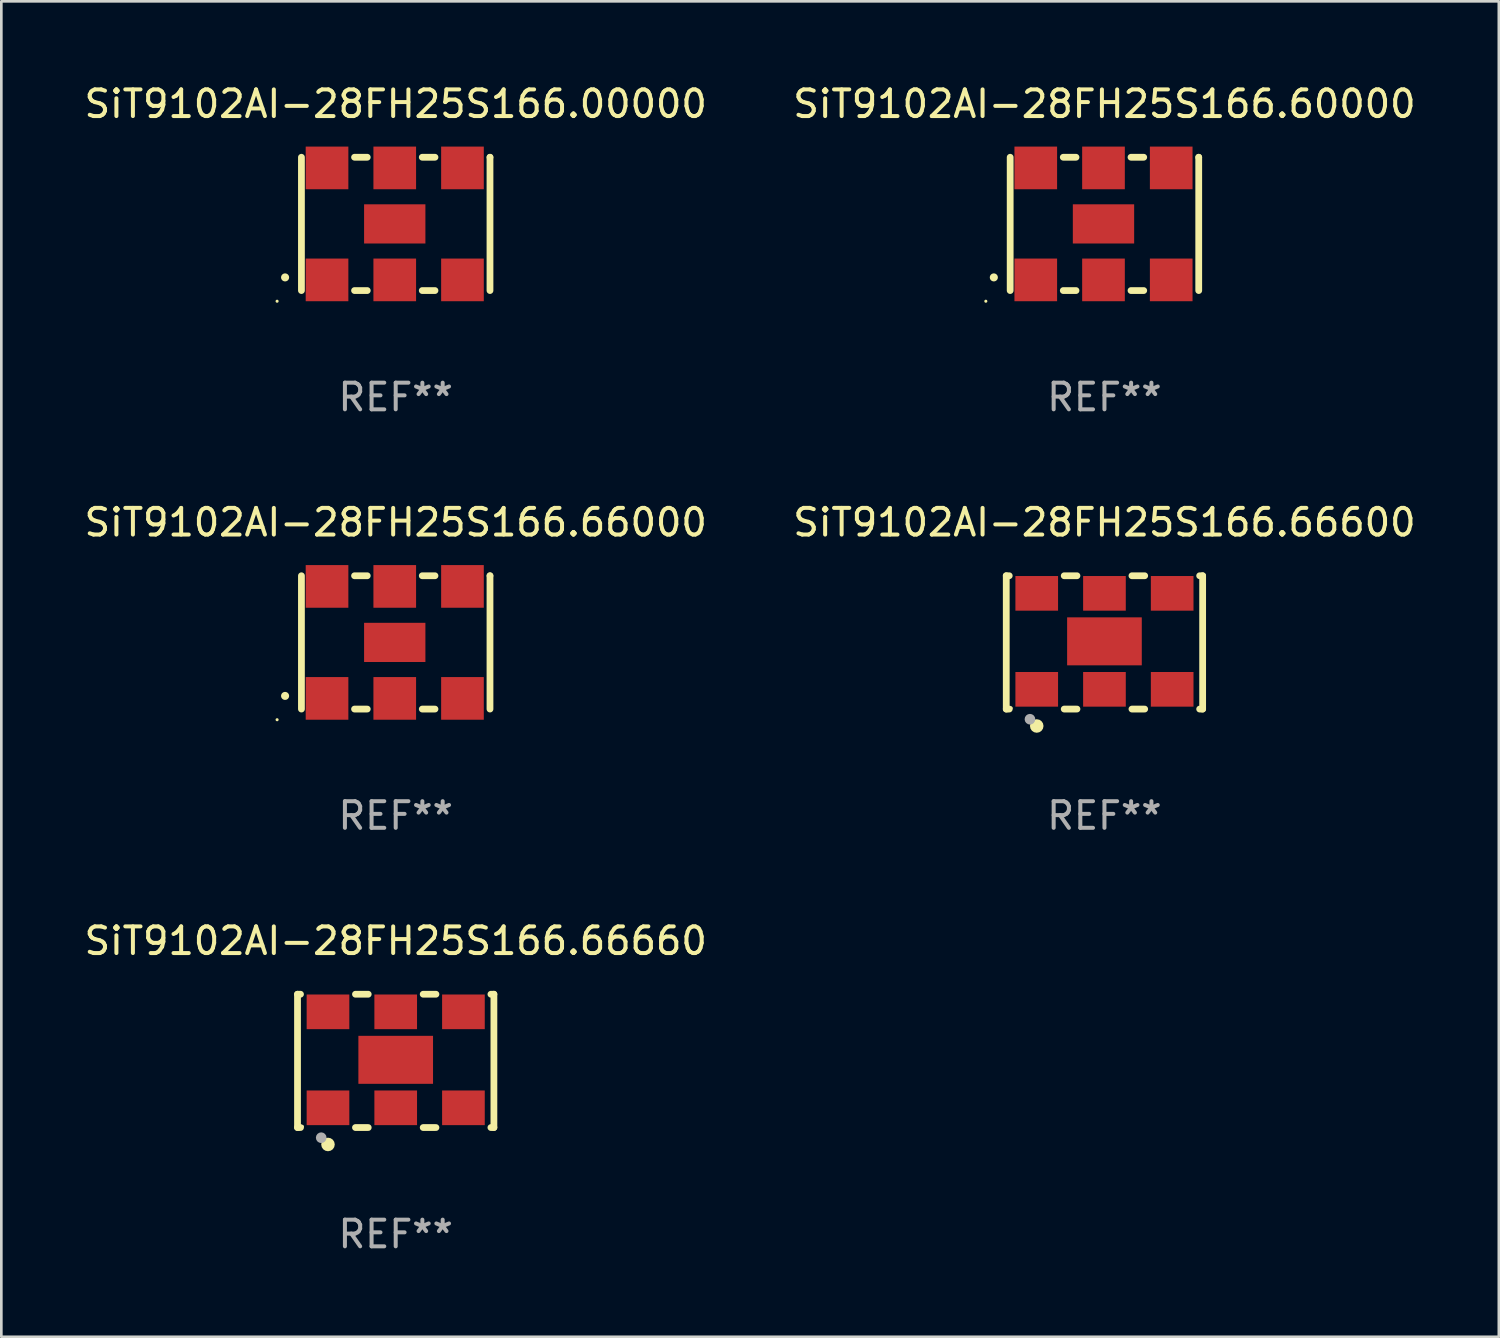
<source format=kicad_pcb>
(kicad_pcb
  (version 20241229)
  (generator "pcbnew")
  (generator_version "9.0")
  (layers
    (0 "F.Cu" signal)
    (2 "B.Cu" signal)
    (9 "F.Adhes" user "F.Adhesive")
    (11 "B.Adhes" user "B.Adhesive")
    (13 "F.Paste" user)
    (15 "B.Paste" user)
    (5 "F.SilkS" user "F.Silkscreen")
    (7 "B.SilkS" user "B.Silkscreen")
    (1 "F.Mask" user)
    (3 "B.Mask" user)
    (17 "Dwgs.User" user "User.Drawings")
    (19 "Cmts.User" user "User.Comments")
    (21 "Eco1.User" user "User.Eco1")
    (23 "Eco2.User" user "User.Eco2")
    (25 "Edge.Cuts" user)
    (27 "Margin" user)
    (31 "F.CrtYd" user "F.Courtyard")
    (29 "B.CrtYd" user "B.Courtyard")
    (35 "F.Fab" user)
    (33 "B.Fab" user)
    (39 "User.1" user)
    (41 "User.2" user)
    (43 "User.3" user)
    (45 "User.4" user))
  (footprint "SiT9102AI-28FH25S166.66000"
    (layer "F.Cu")
    (at 11.792 21.045)
    (property "Reference" "SiT9102AI-28FH25S166.66000" (at 0 -4.5 0) (layer "F.SilkS") (effects (font (size 1 1) (thickness 0.15))))
    (attr through_hole)
    (fp_line (start -3.536 -2.5) (end -3.536 2.5) (stroke (width 0.254) (type solid)) (layer "F.SilkS"))
    (fp_line (start -1.544 2.5) (end -1.067 2.5) (stroke (width 0.254) (type solid)) (layer "F.SilkS"))
    (fp_line (start -1.067 -2.5) (end -1.544 -2.5) (stroke (width 0.254) (type solid)) (layer "F.SilkS"))
    (fp_line (start 0.996 2.5) (end 1.473 2.5) (stroke (width 0.254) (type solid)) (layer "F.SilkS"))
    (fp_line (start 1.473 -2.5) (end 0.996 -2.5) (stroke (width 0.254) (type solid)) (layer "F.SilkS"))
    (fp_line (start 3.536 -2.5) (end 3.536 -2.5) (stroke (width 0.254) (type solid)) (layer "F.SilkS"))
    (fp_line (start 3.536 2.5) (end 3.536 -2.5) (stroke (width 0.254) (type solid)) (layer "F.SilkS"))
    (fp_arc (start -4.150432 2.006604) (mid -4.149162 2.006599) (end -4.147892 2.006604) (stroke (width 0.3) (type solid)) (layer "F.SilkS"))
    (fp_circle (center -4.449 2.9) (end -4.419 2.9) (stroke (width 0.06) (type solid)) (fill no) (layer "F.SilkS"))
    (fp_text user "REF**" (at 0 6.5 0) (layer "F.Fab") (effects (font (size 1 1) (thickness 0.15))))
    (pad "1" smd rect (at -2.576 2.1) (size 1.6 1.6) (layers "F.Cu" "F.Mask" "F.Paste"))
    (pad "2" smd rect (at -0.036 2.1) (size 1.6 1.6) (layers "F.Cu" "F.Mask" "F.Paste"))
    (pad "3" smd rect (at 2.504 2.1) (size 1.6 1.6) (layers "F.Cu" "F.Mask" "F.Paste"))
    (pad "4" smd rect (at 2.504 -2.1) (size 1.6 1.6) (layers "F.Cu" "F.Mask" "F.Paste"))
    (pad "5" smd rect (at -0.036 -2.1) (size 1.6 1.6) (layers "F.Cu" "F.Mask" "F.Paste"))
    (pad "6" smd rect (at -2.576 -2.1) (size 1.6 1.6) (layers "F.Cu" "F.Mask" "F.Paste"))
    (pad "7" smd rect (at -0.036 0) (size 2.3 1.47) (layers "F.Cu" "F.Mask" "F.Paste")))
  (footprint "SiT9102AI-28FH25S166.00000"
    (layer "F.Cu")
    (at 11.792 5.348)
    (property "Reference" "SiT9102AI-28FH25S166.00000" (at 0 -4.5 0) (layer "F.SilkS") (effects (font (size 1 1) (thickness 0.15))))
    (attr through_hole)
    (fp_line (start -3.536 -2.5) (end -3.536 2.5) (stroke (width 0.254) (type solid)) (layer "F.SilkS"))
    (fp_line (start -1.544 2.5) (end -1.067 2.5) (stroke (width 0.254) (type solid)) (layer "F.SilkS"))
    (fp_line (start -1.067 -2.5) (end -1.544 -2.5) (stroke (width 0.254) (type solid)) (layer "F.SilkS"))
    (fp_line (start 0.996 2.5) (end 1.473 2.5) (stroke (width 0.254) (type solid)) (layer "F.SilkS"))
    (fp_line (start 1.473 -2.5) (end 0.996 -2.5) (stroke (width 0.254) (type solid)) (layer "F.SilkS"))
    (fp_line (start 3.536 -2.5) (end 3.536 -2.5) (stroke (width 0.254) (type solid)) (layer "F.SilkS"))
    (fp_line (start 3.536 2.5) (end 3.536 -2.5) (stroke (width 0.254) (type solid)) (layer "F.SilkS"))
    (fp_arc (start -4.150432 2.006604) (mid -4.149162 2.006599) (end -4.147892 2.006604) (stroke (width 0.3) (type solid)) (layer "F.SilkS"))
    (fp_circle (center -4.449 2.9) (end -4.419 2.9) (stroke (width 0.06) (type solid)) (fill no) (layer "F.SilkS"))
    (fp_text user "REF**" (at 0 6.5 0) (layer "F.Fab") (effects (font (size 1 1) (thickness 0.15))))
    (pad "1" smd rect (at -2.576 2.1) (size 1.6 1.6) (layers "F.Cu" "F.Mask" "F.Paste"))
    (pad "2" smd rect (at -0.036 2.1) (size 1.6 1.6) (layers "F.Cu" "F.Mask" "F.Paste"))
    (pad "3" smd rect (at 2.504 2.1) (size 1.6 1.6) (layers "F.Cu" "F.Mask" "F.Paste"))
    (pad "4" smd rect (at 2.504 -2.1) (size 1.6 1.6) (layers "F.Cu" "F.Mask" "F.Paste"))
    (pad "5" smd rect (at -0.036 -2.1) (size 1.6 1.6) (layers "F.Cu" "F.Mask" "F.Paste"))
    (pad "6" smd rect (at -2.576 -2.1) (size 1.6 1.6) (layers "F.Cu" "F.Mask" "F.Paste"))
    (pad "7" smd rect (at -0.036 0) (size 2.3 1.47) (layers "F.Cu" "F.Mask" "F.Paste")))
  (footprint "SiT9102AI-28FH25S166.60000"
    (layer "F.Cu")
    (at 38.375 5.348)
    (property "Reference" "SiT9102AI-28FH25S166.60000" (at 0 -4.5 0) (layer "F.SilkS") (effects (font (size 1 1) (thickness 0.15))))
    (attr through_hole)
    (fp_line (start -3.536 -2.5) (end -3.536 2.5) (stroke (width 0.254) (type solid)) (layer "F.SilkS"))
    (fp_line (start -1.544 2.5) (end -1.067 2.5) (stroke (width 0.254) (type solid)) (layer "F.SilkS"))
    (fp_line (start -1.067 -2.5) (end -1.544 -2.5) (stroke (width 0.254) (type solid)) (layer "F.SilkS"))
    (fp_line (start 0.996 2.5) (end 1.473 2.5) (stroke (width 0.254) (type solid)) (layer "F.SilkS"))
    (fp_line (start 1.473 -2.5) (end 0.996 -2.5) (stroke (width 0.254) (type solid)) (layer "F.SilkS"))
    (fp_line (start 3.536 -2.5) (end 3.536 -2.5) (stroke (width 0.254) (type solid)) (layer "F.SilkS"))
    (fp_line (start 3.536 2.5) (end 3.536 -2.5) (stroke (width 0.254) (type solid)) (layer "F.SilkS"))
    (fp_arc (start -4.150432 2.006604) (mid -4.149162 2.006599) (end -4.147892 2.006604) (stroke (width 0.3) (type solid)) (layer "F.SilkS"))
    (fp_circle (center -4.449 2.9) (end -4.419 2.9) (stroke (width 0.06) (type solid)) (fill no) (layer "F.SilkS"))
    (fp_text user "REF**" (at 0 6.5 0) (layer "F.Fab") (effects (font (size 1 1) (thickness 0.15))))
    (pad "1" smd rect (at -2.576 2.1) (size 1.6 1.6) (layers "F.Cu" "F.Mask" "F.Paste"))
    (pad "2" smd rect (at -0.036 2.1) (size 1.6 1.6) (layers "F.Cu" "F.Mask" "F.Paste"))
    (pad "3" smd rect (at 2.504 2.1) (size 1.6 1.6) (layers "F.Cu" "F.Mask" "F.Paste"))
    (pad "4" smd rect (at 2.504 -2.1) (size 1.6 1.6) (layers "F.Cu" "F.Mask" "F.Paste"))
    (pad "5" smd rect (at -0.036 -2.1) (size 1.6 1.6) (layers "F.Cu" "F.Mask" "F.Paste"))
    (pad "6" smd rect (at -2.576 -2.1) (size 1.6 1.6) (layers "F.Cu" "F.Mask" "F.Paste"))
    (pad "7" smd rect (at -0.036 0) (size 2.3 1.47) (layers "F.Cu" "F.Mask" "F.Paste")))
  (footprint "SiT9102AI-28FH25S166.66660"
    (layer "F.Cu")
    (at 11.792 36.741)
    (property "Reference" "SiT9102AI-28FH25S166.66660" (at 0 -4.5 0) (layer "F.SilkS") (effects (font (size 1 1) (thickness 0.15))))
    (attr through_hole)
    (fp_line (start -3.683 -2.5) (end -3.571 -2.5) (stroke (width 0.254) (type solid)) (layer "F.SilkS"))
    (fp_line (start -3.683 2.5) (end -3.683 -2.5) (stroke (width 0.254) (type solid)) (layer "F.SilkS"))
    (fp_line (start -3.683 2.5) (end -3.571 2.5) (stroke (width 0.254) (type solid)) (layer "F.SilkS"))
    (fp_line (start -1.509 -2.5) (end -1.031 -2.5) (stroke (width 0.254) (type solid)) (layer "F.SilkS"))
    (fp_line (start -1.509 2.5) (end -1.031 2.5) (stroke (width 0.254) (type solid)) (layer "F.SilkS"))
    (fp_line (start 1.031 -2.5) (end 1.509 -2.5) (stroke (width 0.254) (type solid)) (layer "F.SilkS"))
    (fp_line (start 1.031 2.5) (end 1.509 2.5) (stroke (width 0.254) (type solid)) (layer "F.SilkS"))
    (fp_line (start 3.571 -2.5) (end 3.683 -2.5) (stroke (width 0.254) (type solid)) (layer "F.SilkS"))
    (fp_line (start 3.571 2.5) (end 3.683 2.5) (stroke (width 0.254) (type solid)) (layer "F.SilkS"))
    (fp_line (start 3.683 2.5) (end 3.683 -2.5) (stroke (width 0.254) (type solid)) (layer "F.SilkS"))
    (fp_circle (center -3.5 2.46) (end -3.47 2.46) (stroke (width 0.06) (type solid)) (fill no) (layer "F.SilkS"))
    (fp_circle (center -2.54 3.135) (end -2.413 3.135) (stroke (width 0.254) (type solid)) (fill no) (layer "F.SilkS"))
    (fp_circle (center -2.794 2.881) (end -2.694 2.881) (stroke (width 0.2) (type solid)) (fill no) (layer "F.Fab"))
    (fp_text user "REF**" (at 0 6.5 0) (layer "F.Fab") (effects (font (size 1 1) (thickness 0.15))))
    (pad "1" smd rect (at -2.54 1.76) (size 1.6 1.3) (layers "F.Cu" "F.Mask" "F.Paste"))
    (pad "2" smd rect (at 0 1.76) (size 1.6 1.3) (layers "F.Cu" "F.Mask" "F.Paste"))
    (pad "3" smd rect (at 2.54 1.76) (size 1.6 1.3) (layers "F.Cu" "F.Mask" "F.Paste"))
    (pad "4" smd rect (at 2.54 -1.84) (size 1.6 1.3) (layers "F.Cu" "F.Mask" "F.Paste"))
    (pad "5" smd rect (at 0 -1.84) (size 1.6 1.3) (layers "F.Cu" "F.Mask" "F.Paste"))
    (pad "6" smd rect (at -2.54 -1.84) (size 1.6 1.3) (layers "F.Cu" "F.Mask" "F.Paste"))
    (pad "7" smd rect (at 0 -0.04) (size 2.8 1.8) (layers "F.Cu" "F.Mask" "F.Paste")))
  (footprint "SiT9102AI-28FH25S166.66600"
    (layer "F.Cu")
    (at 38.375 21.045)
    (property "Reference" "SiT9102AI-28FH25S166.66600" (at 0 -4.5 0) (layer "F.SilkS") (effects (font (size 1 1) (thickness 0.15))))
    (attr through_hole)
    (fp_line (start -3.683 -2.5) (end -3.571 -2.5) (stroke (width 0.254) (type solid)) (layer "F.SilkS"))
    (fp_line (start -3.683 2.5) (end -3.683 -2.5) (stroke (width 0.254) (type solid)) (layer "F.SilkS"))
    (fp_line (start -3.683 2.5) (end -3.571 2.5) (stroke (width 0.254) (type solid)) (layer "F.SilkS"))
    (fp_line (start -1.509 -2.5) (end -1.031 -2.5) (stroke (width 0.254) (type solid)) (layer "F.SilkS"))
    (fp_line (start -1.509 2.5) (end -1.031 2.5) (stroke (width 0.254) (type solid)) (layer "F.SilkS"))
    (fp_line (start 1.031 -2.5) (end 1.509 -2.5) (stroke (width 0.254) (type solid)) (layer "F.SilkS"))
    (fp_line (start 1.031 2.5) (end 1.509 2.5) (stroke (width 0.254) (type solid)) (layer "F.SilkS"))
    (fp_line (start 3.571 -2.5) (end 3.683 -2.5) (stroke (width 0.254) (type solid)) (layer "F.SilkS"))
    (fp_line (start 3.571 2.5) (end 3.683 2.5) (stroke (width 0.254) (type solid)) (layer "F.SilkS"))
    (fp_line (start 3.683 2.5) (end 3.683 -2.5) (stroke (width 0.254) (type solid)) (layer "F.SilkS"))
    (fp_circle (center -3.5 2.46) (end -3.47 2.46) (stroke (width 0.06) (type solid)) (fill no) (layer "F.SilkS"))
    (fp_circle (center -2.54 3.135) (end -2.413 3.135) (stroke (width 0.254) (type solid)) (fill no) (layer "F.SilkS"))
    (fp_circle (center -2.794 2.881) (end -2.694 2.881) (stroke (width 0.2) (type solid)) (fill no) (layer "F.Fab"))
    (fp_text user "REF**" (at 0 6.5 0) (layer "F.Fab") (effects (font (size 1 1) (thickness 0.15))))
    (pad "1" smd rect (at -2.54 1.76) (size 1.6 1.3) (layers "F.Cu" "F.Mask" "F.Paste"))
    (pad "2" smd rect (at 0 1.76) (size 1.6 1.3) (layers "F.Cu" "F.Mask" "F.Paste"))
    (pad "3" smd rect (at 2.54 1.76) (size 1.6 1.3) (layers "F.Cu" "F.Mask" "F.Paste"))
    (pad "4" smd rect (at 2.54 -1.84) (size 1.6 1.3) (layers "F.Cu" "F.Mask" "F.Paste"))
    (pad "5" smd rect (at 0 -1.84) (size 1.6 1.3) (layers "F.Cu" "F.Mask" "F.Paste"))
    (pad "6" smd rect (at -2.54 -1.84) (size 1.6 1.3) (layers "F.Cu" "F.Mask" "F.Paste"))
    (pad "7" smd rect (at 0 -0.04) (size 2.8 1.8) (layers "F.Cu" "F.Mask" "F.Paste")))
  (gr_rect
    (start -3 -3)
    (end 53.167 47.09)
    (stroke (width 0.1) (type default))
    (fill no)
    (layer "Edge.Cuts")))
</source>
